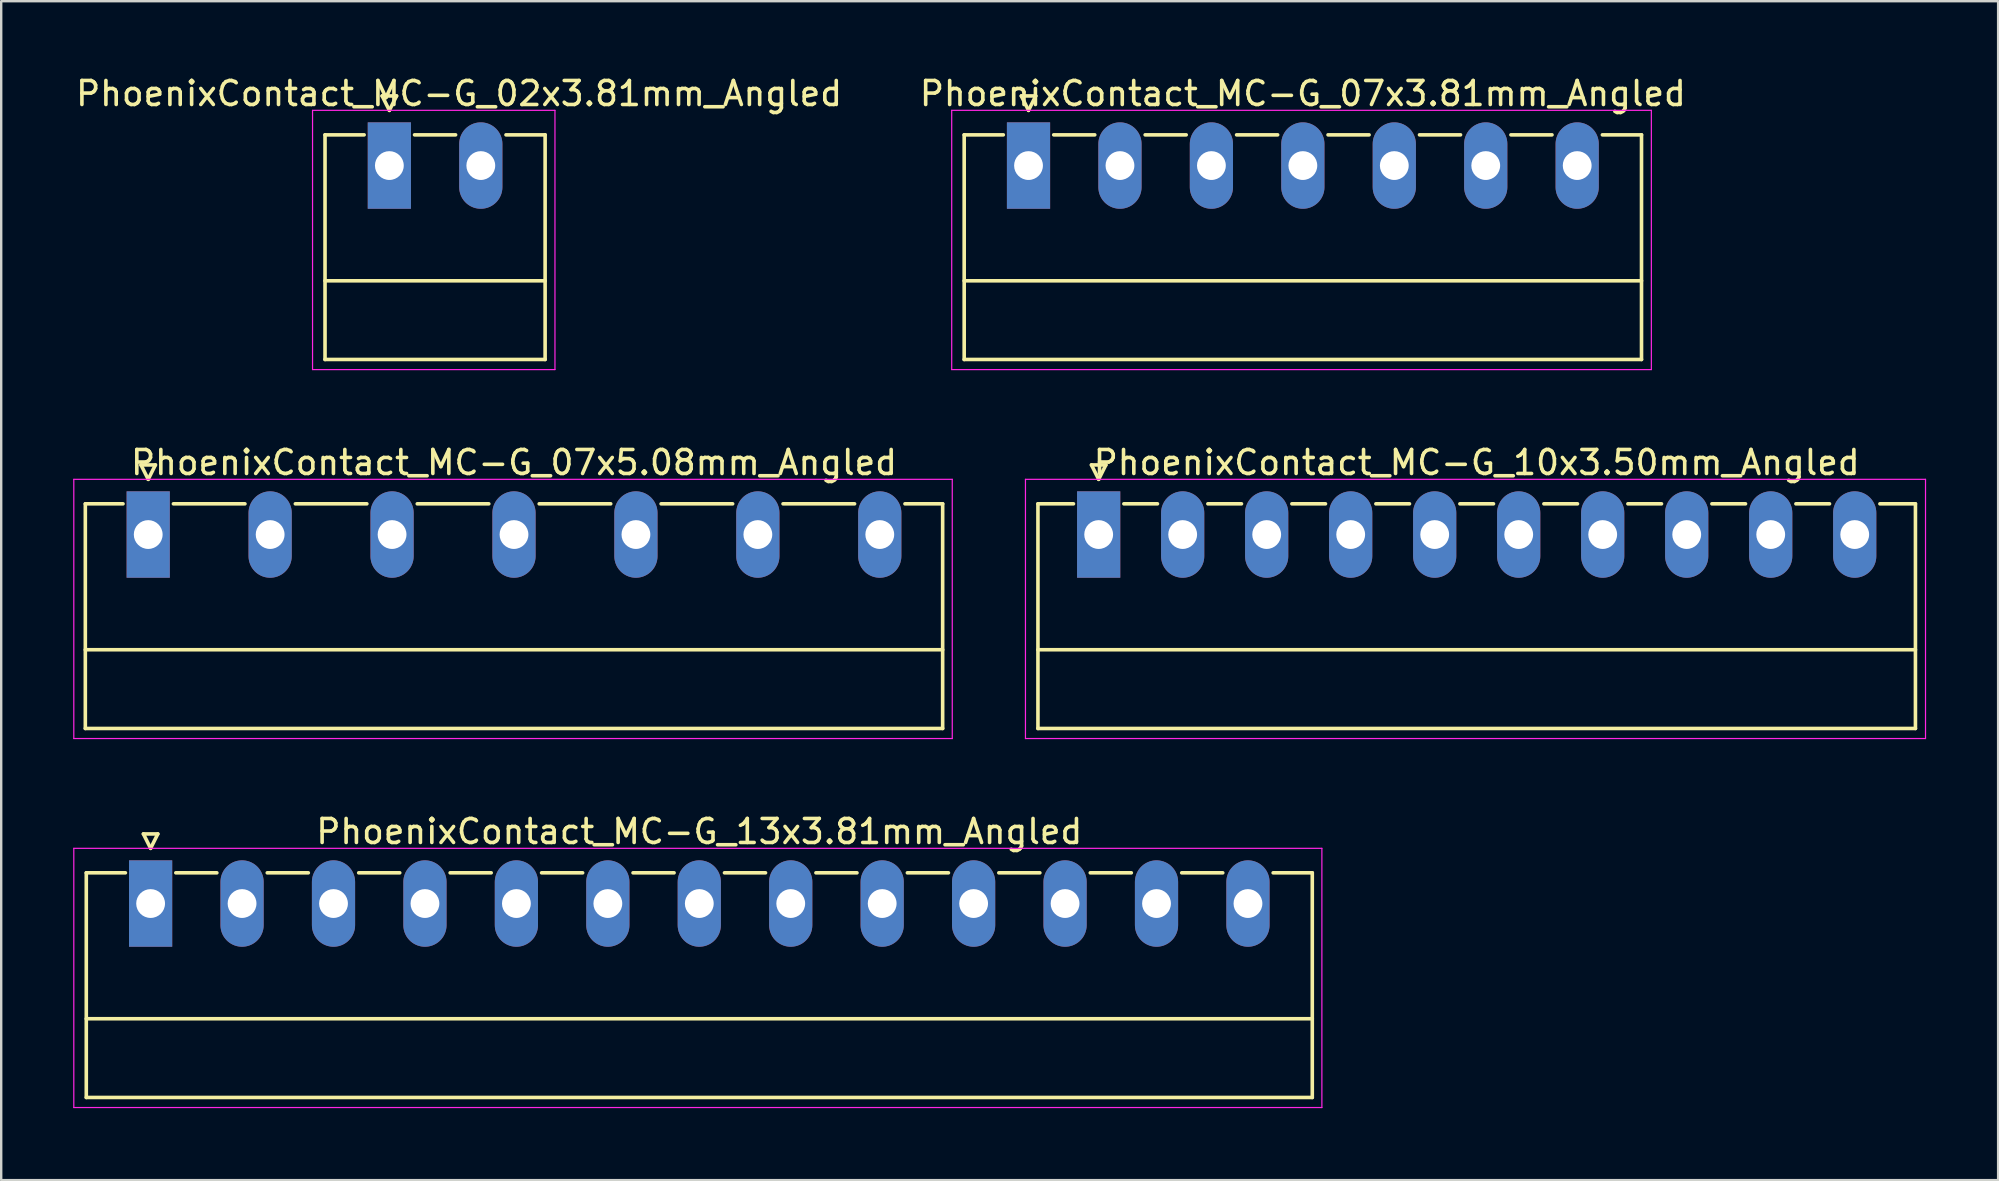
<source format=kicad_pcb>
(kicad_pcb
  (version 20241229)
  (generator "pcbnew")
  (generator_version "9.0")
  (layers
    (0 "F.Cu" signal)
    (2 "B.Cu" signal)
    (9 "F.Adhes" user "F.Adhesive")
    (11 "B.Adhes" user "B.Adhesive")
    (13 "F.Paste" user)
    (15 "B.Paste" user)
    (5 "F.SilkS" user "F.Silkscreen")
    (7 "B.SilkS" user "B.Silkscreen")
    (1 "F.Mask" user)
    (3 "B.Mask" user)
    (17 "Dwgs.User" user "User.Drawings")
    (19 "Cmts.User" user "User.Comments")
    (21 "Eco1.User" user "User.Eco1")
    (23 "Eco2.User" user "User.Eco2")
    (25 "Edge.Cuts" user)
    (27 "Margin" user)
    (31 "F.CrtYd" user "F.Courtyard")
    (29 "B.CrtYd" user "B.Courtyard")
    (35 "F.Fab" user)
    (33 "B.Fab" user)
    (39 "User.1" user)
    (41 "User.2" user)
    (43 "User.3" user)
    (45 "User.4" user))
  (footprint "PhoenixContact_MC-G_10x3.50mm_Angled"
    (layer "F.Cu")
    (at 42.725 19.221)
    (property "Reference" "PhoenixContact_MC-G_10x3.50mm_Angled" (at 15.75 -3 0) (layer "F.SilkS") (effects (font (size 1 1) (thickness 0.15))))
    (attr through_hole)
    (fp_line (start -2.53 -1.28) (end -2.53 8.08) (stroke (width 0.15) (type solid)) (layer "F.SilkS"))
    (fp_line (start -2.53 -1.28) (end -1.05 -1.28) (stroke (width 0.15) (type solid)) (layer "F.SilkS"))
    (fp_line (start -2.53 4.8) (end 34.03 4.8) (stroke (width 0.15) (type solid)) (layer "F.SilkS"))
    (fp_line (start -2.53 8.08) (end 34.03 8.08) (stroke (width 0.15) (type solid)) (layer "F.SilkS"))
    (fp_line (start -0.3 -2.9) (end 0 -2.3) (stroke (width 0.15) (type solid)) (layer "F.SilkS"))
    (fp_line (start 0 -2.3) (end 0.3 -2.9) (stroke (width 0.15) (type solid)) (layer "F.SilkS"))
    (fp_line (start 0.3 -2.9) (end -0.3 -2.9) (stroke (width 0.15) (type solid)) (layer "F.SilkS"))
    (fp_line (start 1.05 -1.28) (end 2.45 -1.28) (stroke (width 0.15) (type solid)) (layer "F.SilkS"))
    (fp_line (start 4.55 -1.28) (end 5.95 -1.28) (stroke (width 0.15) (type solid)) (layer "F.SilkS"))
    (fp_line (start 8.05 -1.28) (end 9.45 -1.28) (stroke (width 0.15) (type solid)) (layer "F.SilkS"))
    (fp_line (start 11.55 -1.28) (end 12.95 -1.28) (stroke (width 0.15) (type solid)) (layer "F.SilkS"))
    (fp_line (start 15.05 -1.28) (end 16.45 -1.28) (stroke (width 0.15) (type solid)) (layer "F.SilkS"))
    (fp_line (start 18.55 -1.28) (end 19.95 -1.28) (stroke (width 0.15) (type solid)) (layer "F.SilkS"))
    (fp_line (start 22.05 -1.28) (end 23.45 -1.28) (stroke (width 0.15) (type solid)) (layer "F.SilkS"))
    (fp_line (start 25.55 -1.28) (end 26.95 -1.28) (stroke (width 0.15) (type solid)) (layer "F.SilkS"))
    (fp_line (start 29.05 -1.28) (end 30.45 -1.28) (stroke (width 0.15) (type solid)) (layer "F.SilkS"))
    (fp_line (start 34.03 -1.28) (end 32.55 -1.28) (stroke (width 0.15) (type solid)) (layer "F.SilkS"))
    (fp_line (start 34.03 8.08) (end 34.03 -1.28) (stroke (width 0.15) (type solid)) (layer "F.SilkS"))
    (fp_line (start -3.05 -2.3) (end -3.05 8.5) (stroke (width 0.05) (type solid)) (layer "F.CrtYd"))
    (fp_line (start -3.05 8.5) (end 34.45 8.5) (stroke (width 0.05) (type solid)) (layer "F.CrtYd"))
    (fp_line (start 34.45 -2.3) (end -3.05 -2.3) (stroke (width 0.05) (type solid)) (layer "F.CrtYd"))
    (fp_line (start 34.45 8.5) (end 34.45 -2.3) (stroke (width 0.05) (type solid)) (layer "F.CrtYd"))
    (pad "1" thru_hole rect (at 0 0) (size 1.8 3.6) (drill 1.2) (layers "*.Cu" "*.Mask"))
    (pad "2" thru_hole oval (at 3.5 0) (size 1.8 3.6) (drill 1.2) (layers "*.Cu" "*.Mask"))
    (pad "3" thru_hole oval (at 7 0) (size 1.8 3.6) (drill 1.2) (layers "*.Cu" "*.Mask"))
    (pad "4" thru_hole oval (at 10.5 0) (size 1.8 3.6) (drill 1.2) (layers "*.Cu" "*.Mask"))
    (pad "5" thru_hole oval (at 14 0) (size 1.8 3.6) (drill 1.2) (layers "*.Cu" "*.Mask"))
    (pad "6" thru_hole oval (at 17.5 0) (size 1.8 3.6) (drill 1.2) (layers "*.Cu" "*.Mask"))
    (pad "7" thru_hole oval (at 21 0) (size 1.8 3.6) (drill 1.2) (layers "*.Cu" "*.Mask"))
    (pad "8" thru_hole oval (at 24.5 0) (size 1.8 3.6) (drill 1.2) (layers "*.Cu" "*.Mask"))
    (pad "9" thru_hole oval (at 28 0) (size 1.8 3.6) (drill 1.2) (layers "*.Cu" "*.Mask"))
    (pad "10" thru_hole oval (at 31.5 0) (size 1.8 3.6) (drill 1.2) (layers "*.Cu" "*.Mask")))
  (footprint "PhoenixContact_MC-G_07x5.08mm_Angled"
    (layer "F.Cu")
    (at 3.125 19.221)
    (property "Reference" "PhoenixContact_MC-G_07x5.08mm_Angled" (at 15.24 -3 0) (layer "F.SilkS") (effects (font (size 1 1) (thickness 0.15))))
    (attr through_hole)
    (fp_line (start -2.62 -1.28) (end -2.62 8.08) (stroke (width 0.15) (type solid)) (layer "F.SilkS"))
    (fp_line (start -2.62 -1.28) (end -1.05 -1.28) (stroke (width 0.15) (type solid)) (layer "F.SilkS"))
    (fp_line (start -2.62 4.8) (end 33.1 4.8) (stroke (width 0.15) (type solid)) (layer "F.SilkS"))
    (fp_line (start -2.62 8.08) (end 33.1 8.08) (stroke (width 0.15) (type solid)) (layer "F.SilkS"))
    (fp_line (start -0.3 -2.9) (end 0 -2.3) (stroke (width 0.15) (type solid)) (layer "F.SilkS"))
    (fp_line (start 0 -2.3) (end 0.3 -2.9) (stroke (width 0.15) (type solid)) (layer "F.SilkS"))
    (fp_line (start 0.3 -2.9) (end -0.3 -2.9) (stroke (width 0.15) (type solid)) (layer "F.SilkS"))
    (fp_line (start 1.05 -1.28) (end 4.03 -1.28) (stroke (width 0.15) (type solid)) (layer "F.SilkS"))
    (fp_line (start 6.13 -1.28) (end 9.11 -1.28) (stroke (width 0.15) (type solid)) (layer "F.SilkS"))
    (fp_line (start 11.21 -1.28) (end 14.19 -1.28) (stroke (width 0.15) (type solid)) (layer "F.SilkS"))
    (fp_line (start 16.29 -1.28) (end 19.27 -1.28) (stroke (width 0.15) (type solid)) (layer "F.SilkS"))
    (fp_line (start 21.37 -1.28) (end 24.35 -1.28) (stroke (width 0.15) (type solid)) (layer "F.SilkS"))
    (fp_line (start 26.45 -1.28) (end 29.43 -1.28) (stroke (width 0.15) (type solid)) (layer "F.SilkS"))
    (fp_line (start 33.1 -1.28) (end 31.53 -1.28) (stroke (width 0.15) (type solid)) (layer "F.SilkS"))
    (fp_line (start 33.1 8.08) (end 33.1 -1.28) (stroke (width 0.15) (type solid)) (layer "F.SilkS"))
    (fp_line (start -3.1 -2.3) (end -3.1 8.5) (stroke (width 0.05) (type solid)) (layer "F.CrtYd"))
    (fp_line (start -3.1 8.5) (end 33.5 8.5) (stroke (width 0.05) (type solid)) (layer "F.CrtYd"))
    (fp_line (start 33.5 -2.3) (end -3.1 -2.3) (stroke (width 0.05) (type solid)) (layer "F.CrtYd"))
    (fp_line (start 33.5 8.5) (end 33.5 -2.3) (stroke (width 0.05) (type solid)) (layer "F.CrtYd"))
    (pad "1" thru_hole rect (at 0 0) (size 1.8 3.6) (drill 1.2) (layers "*.Cu" "*.Mask"))
    (pad "2" thru_hole oval (at 5.08 0) (size 1.8 3.6) (drill 1.2) (layers "*.Cu" "*.Mask"))
    (pad "3" thru_hole oval (at 10.16 0) (size 1.8 3.6) (drill 1.2) (layers "*.Cu" "*.Mask"))
    (pad "4" thru_hole oval (at 15.24 0) (size 1.8 3.6) (drill 1.2) (layers "*.Cu" "*.Mask"))
    (pad "5" thru_hole oval (at 20.32 0) (size 1.8 3.6) (drill 1.2) (layers "*.Cu" "*.Mask"))
    (pad "6" thru_hole oval (at 25.4 0) (size 1.8 3.6) (drill 1.2) (layers "*.Cu" "*.Mask"))
    (pad "7" thru_hole oval (at 30.48 0) (size 1.8 3.6) (drill 1.2) (layers "*.Cu" "*.Mask")))
  (footprint "PhoenixContact_MC-G_07x3.81mm_Angled"
    (layer "F.Cu")
    (at 39.802 3.848)
    (property "Reference" "PhoenixContact_MC-G_07x3.81mm_Angled" (at 11.43 -3 0) (layer "F.SilkS") (effects (font (size 1 1) (thickness 0.15))))
    (attr through_hole)
    (fp_line (start -2.68 -1.28) (end -2.68 8.08) (stroke (width 0.15) (type solid)) (layer "F.SilkS"))
    (fp_line (start -2.68 -1.28) (end -1.05 -1.28) (stroke (width 0.15) (type solid)) (layer "F.SilkS"))
    (fp_line (start -2.68 4.8) (end 25.54 4.8) (stroke (width 0.15) (type solid)) (layer "F.SilkS"))
    (fp_line (start -2.68 8.08) (end 25.54 8.08) (stroke (width 0.15) (type solid)) (layer "F.SilkS"))
    (fp_line (start -0.3 -2.9) (end 0 -2.3) (stroke (width 0.15) (type solid)) (layer "F.SilkS"))
    (fp_line (start 0 -2.3) (end 0.3 -2.9) (stroke (width 0.15) (type solid)) (layer "F.SilkS"))
    (fp_line (start 0.3 -2.9) (end -0.3 -2.9) (stroke (width 0.15) (type solid)) (layer "F.SilkS"))
    (fp_line (start 1.05 -1.28) (end 2.76 -1.28) (stroke (width 0.15) (type solid)) (layer "F.SilkS"))
    (fp_line (start 4.86 -1.28) (end 6.57 -1.28) (stroke (width 0.15) (type solid)) (layer "F.SilkS"))
    (fp_line (start 8.67 -1.28) (end 10.38 -1.28) (stroke (width 0.15) (type solid)) (layer "F.SilkS"))
    (fp_line (start 12.48 -1.28) (end 14.19 -1.28) (stroke (width 0.15) (type solid)) (layer "F.SilkS"))
    (fp_line (start 16.29 -1.28) (end 18 -1.28) (stroke (width 0.15) (type solid)) (layer "F.SilkS"))
    (fp_line (start 20.1 -1.28) (end 21.81 -1.28) (stroke (width 0.15) (type solid)) (layer "F.SilkS"))
    (fp_line (start 25.54 -1.28) (end 23.91 -1.28) (stroke (width 0.15) (type solid)) (layer "F.SilkS"))
    (fp_line (start 25.54 8.08) (end 25.54 -1.28) (stroke (width 0.15) (type solid)) (layer "F.SilkS"))
    (fp_line (start -3.2 -2.3) (end -3.2 8.5) (stroke (width 0.05) (type solid)) (layer "F.CrtYd"))
    (fp_line (start -3.2 8.5) (end 25.95 8.5) (stroke (width 0.05) (type solid)) (layer "F.CrtYd"))
    (fp_line (start 25.95 -2.3) (end -3.2 -2.3) (stroke (width 0.05) (type solid)) (layer "F.CrtYd"))
    (fp_line (start 25.95 8.5) (end 25.95 -2.3) (stroke (width 0.05) (type solid)) (layer "F.CrtYd"))
    (pad "1" thru_hole rect (at 0 0) (size 1.8 3.6) (drill 1.2) (layers "*.Cu" "*.Mask"))
    (pad "2" thru_hole oval (at 3.81 0) (size 1.8 3.6) (drill 1.2) (layers "*.Cu" "*.Mask"))
    (pad "3" thru_hole oval (at 7.62 0) (size 1.8 3.6) (drill 1.2) (layers "*.Cu" "*.Mask"))
    (pad "4" thru_hole oval (at 11.43 0) (size 1.8 3.6) (drill 1.2) (layers "*.Cu" "*.Mask"))
    (pad "5" thru_hole oval (at 15.24 0) (size 1.8 3.6) (drill 1.2) (layers "*.Cu" "*.Mask"))
    (pad "6" thru_hole oval (at 19.05 0) (size 1.8 3.6) (drill 1.2) (layers "*.Cu" "*.Mask"))
    (pad "7" thru_hole oval (at 22.86 0) (size 1.8 3.6) (drill 1.2) (layers "*.Cu" "*.Mask")))
  (footprint "PhoenixContact_MC-G_02x3.81mm_Angled"
    (layer "F.Cu")
    (at 13.172 3.848)
    (property "Reference" "PhoenixContact_MC-G_02x3.81mm_Angled" (at 2.905 -3 0) (layer "F.SilkS") (effects (font (size 1 1) (thickness 0.15))))
    (attr through_hole)
    (fp_line (start -2.68 -1.28) (end -2.68 8.08) (stroke (width 0.15) (type solid)) (layer "F.SilkS"))
    (fp_line (start -2.68 -1.28) (end -1.05 -1.28) (stroke (width 0.15) (type solid)) (layer "F.SilkS"))
    (fp_line (start -2.68 4.8) (end 6.49 4.8) (stroke (width 0.15) (type solid)) (layer "F.SilkS"))
    (fp_line (start -2.68 8.08) (end 6.49 8.08) (stroke (width 0.15) (type solid)) (layer "F.SilkS"))
    (fp_line (start -0.3 -2.9) (end 0 -2.3) (stroke (width 0.15) (type solid)) (layer "F.SilkS"))
    (fp_line (start 0 -2.3) (end 0.3 -2.9) (stroke (width 0.15) (type solid)) (layer "F.SilkS"))
    (fp_line (start 0.3 -2.9) (end -0.3 -2.9) (stroke (width 0.15) (type solid)) (layer "F.SilkS"))
    (fp_line (start 1.05 -1.28) (end 2.76 -1.28) (stroke (width 0.15) (type solid)) (layer "F.SilkS"))
    (fp_line (start 6.49 -1.28) (end 4.86 -1.28) (stroke (width 0.15) (type solid)) (layer "F.SilkS"))
    (fp_line (start 6.49 8.08) (end 6.49 -1.28) (stroke (width 0.15) (type solid)) (layer "F.SilkS"))
    (fp_line (start -3.2 -2.3) (end -3.2 8.5) (stroke (width 0.05) (type solid)) (layer "F.CrtYd"))
    (fp_line (start -3.2 8.5) (end 6.9 8.5) (stroke (width 0.05) (type solid)) (layer "F.CrtYd"))
    (fp_line (start 6.9 -2.3) (end -3.2 -2.3) (stroke (width 0.05) (type solid)) (layer "F.CrtYd"))
    (fp_line (start 6.9 8.5) (end 6.9 -2.3) (stroke (width 0.05) (type solid)) (layer "F.CrtYd"))
    (pad "1" thru_hole rect (at 0 0) (size 1.8 3.6) (drill 1.2) (layers "*.Cu" "*.Mask"))
    (pad "2" thru_hole oval (at 3.81 0) (size 1.8 3.6) (drill 1.2) (layers "*.Cu" "*.Mask")))
  (footprint "PhoenixContact_MC-G_13x3.81mm_Angled"
    (layer "F.Cu")
    (at 3.225 34.595)
    (property "Reference" "PhoenixContact_MC-G_13x3.81mm_Angled" (at 22.86 -3 0) (layer "F.SilkS") (effects (font (size 1 1) (thickness 0.15))))
    (attr through_hole)
    (fp_line (start -2.68 -1.28) (end -2.68 8.08) (stroke (width 0.15) (type solid)) (layer "F.SilkS"))
    (fp_line (start -2.68 -1.28) (end -1.05 -1.28) (stroke (width 0.15) (type solid)) (layer "F.SilkS"))
    (fp_line (start -2.68 4.8) (end 48.4 4.8) (stroke (width 0.15) (type solid)) (layer "F.SilkS"))
    (fp_line (start -2.68 8.08) (end 48.4 8.08) (stroke (width 0.15) (type solid)) (layer "F.SilkS"))
    (fp_line (start -0.3 -2.9) (end 0 -2.3) (stroke (width 0.15) (type solid)) (layer "F.SilkS"))
    (fp_line (start 0 -2.3) (end 0.3 -2.9) (stroke (width 0.15) (type solid)) (layer "F.SilkS"))
    (fp_line (start 0.3 -2.9) (end -0.3 -2.9) (stroke (width 0.15) (type solid)) (layer "F.SilkS"))
    (fp_line (start 1.05 -1.28) (end 2.76 -1.28) (stroke (width 0.15) (type solid)) (layer "F.SilkS"))
    (fp_line (start 4.86 -1.28) (end 6.57 -1.28) (stroke (width 0.15) (type solid)) (layer "F.SilkS"))
    (fp_line (start 8.67 -1.28) (end 10.38 -1.28) (stroke (width 0.15) (type solid)) (layer "F.SilkS"))
    (fp_line (start 12.48 -1.28) (end 14.19 -1.28) (stroke (width 0.15) (type solid)) (layer "F.SilkS"))
    (fp_line (start 16.29 -1.28) (end 18 -1.28) (stroke (width 0.15) (type solid)) (layer "F.SilkS"))
    (fp_line (start 20.1 -1.28) (end 21.81 -1.28) (stroke (width 0.15) (type solid)) (layer "F.SilkS"))
    (fp_line (start 23.91 -1.28) (end 25.62 -1.28) (stroke (width 0.15) (type solid)) (layer "F.SilkS"))
    (fp_line (start 27.72 -1.28) (end 29.43 -1.28) (stroke (width 0.15) (type solid)) (layer "F.SilkS"))
    (fp_line (start 31.53 -1.28) (end 33.24 -1.28) (stroke (width 0.15) (type solid)) (layer "F.SilkS"))
    (fp_line (start 35.34 -1.28) (end 37.05 -1.28) (stroke (width 0.15) (type solid)) (layer "F.SilkS"))
    (fp_line (start 39.15 -1.28) (end 40.86 -1.28) (stroke (width 0.15) (type solid)) (layer "F.SilkS"))
    (fp_line (start 42.96 -1.28) (end 44.67 -1.28) (stroke (width 0.15) (type solid)) (layer "F.SilkS"))
    (fp_line (start 48.4 -1.28) (end 46.77 -1.28) (stroke (width 0.15) (type solid)) (layer "F.SilkS"))
    (fp_line (start 48.4 8.08) (end 48.4 -1.28) (stroke (width 0.15) (type solid)) (layer "F.SilkS"))
    (fp_line (start -3.2 -2.3) (end -3.2 8.5) (stroke (width 0.05) (type solid)) (layer "F.CrtYd"))
    (fp_line (start -3.2 8.5) (end 48.8 8.5) (stroke (width 0.05) (type solid)) (layer "F.CrtYd"))
    (fp_line (start 48.8 -2.3) (end -3.2 -2.3) (stroke (width 0.05) (type solid)) (layer "F.CrtYd"))
    (fp_line (start 48.8 8.5) (end 48.8 -2.3) (stroke (width 0.05) (type solid)) (layer "F.CrtYd"))
    (pad "1" thru_hole rect (at 0 0) (size 1.8 3.6) (drill 1.2) (layers "*.Cu" "*.Mask"))
    (pad "2" thru_hole oval (at 3.81 0) (size 1.8 3.6) (drill 1.2) (layers "*.Cu" "*.Mask"))
    (pad "3" thru_hole oval (at 7.62 0) (size 1.8 3.6) (drill 1.2) (layers "*.Cu" "*.Mask"))
    (pad "4" thru_hole oval (at 11.43 0) (size 1.8 3.6) (drill 1.2) (layers "*.Cu" "*.Mask"))
    (pad "5" thru_hole oval (at 15.24 0) (size 1.8 3.6) (drill 1.2) (layers "*.Cu" "*.Mask"))
    (pad "6" thru_hole oval (at 19.05 0) (size 1.8 3.6) (drill 1.2) (layers "*.Cu" "*.Mask"))
    (pad "7" thru_hole oval (at 22.86 0) (size 1.8 3.6) (drill 1.2) (layers "*.Cu" "*.Mask"))
    (pad "8" thru_hole oval (at 26.67 0) (size 1.8 3.6) (drill 1.2) (layers "*.Cu" "*.Mask"))
    (pad "9" thru_hole oval (at 30.48 0) (size 1.8 3.6) (drill 1.2) (layers "*.Cu" "*.Mask"))
    (pad "10" thru_hole oval (at 34.29 0) (size 1.8 3.6) (drill 1.2) (layers "*.Cu" "*.Mask"))
    (pad "11" thru_hole oval (at 38.1 0) (size 1.8 3.6) (drill 1.2) (layers "*.Cu" "*.Mask"))
    (pad "12" thru_hole oval (at 41.91 0) (size 1.8 3.6) (drill 1.2) (layers "*.Cu" "*.Mask"))
    (pad "13" thru_hole oval (at 45.72 0) (size 1.8 3.6) (drill 1.2) (layers "*.Cu" "*.Mask")))
  (gr_rect
    (start -3 -3)
    (end 80.2 46.12)
    (stroke (width 0.1) (type default))
    (fill no)
    (layer "Edge.Cuts")))
</source>
